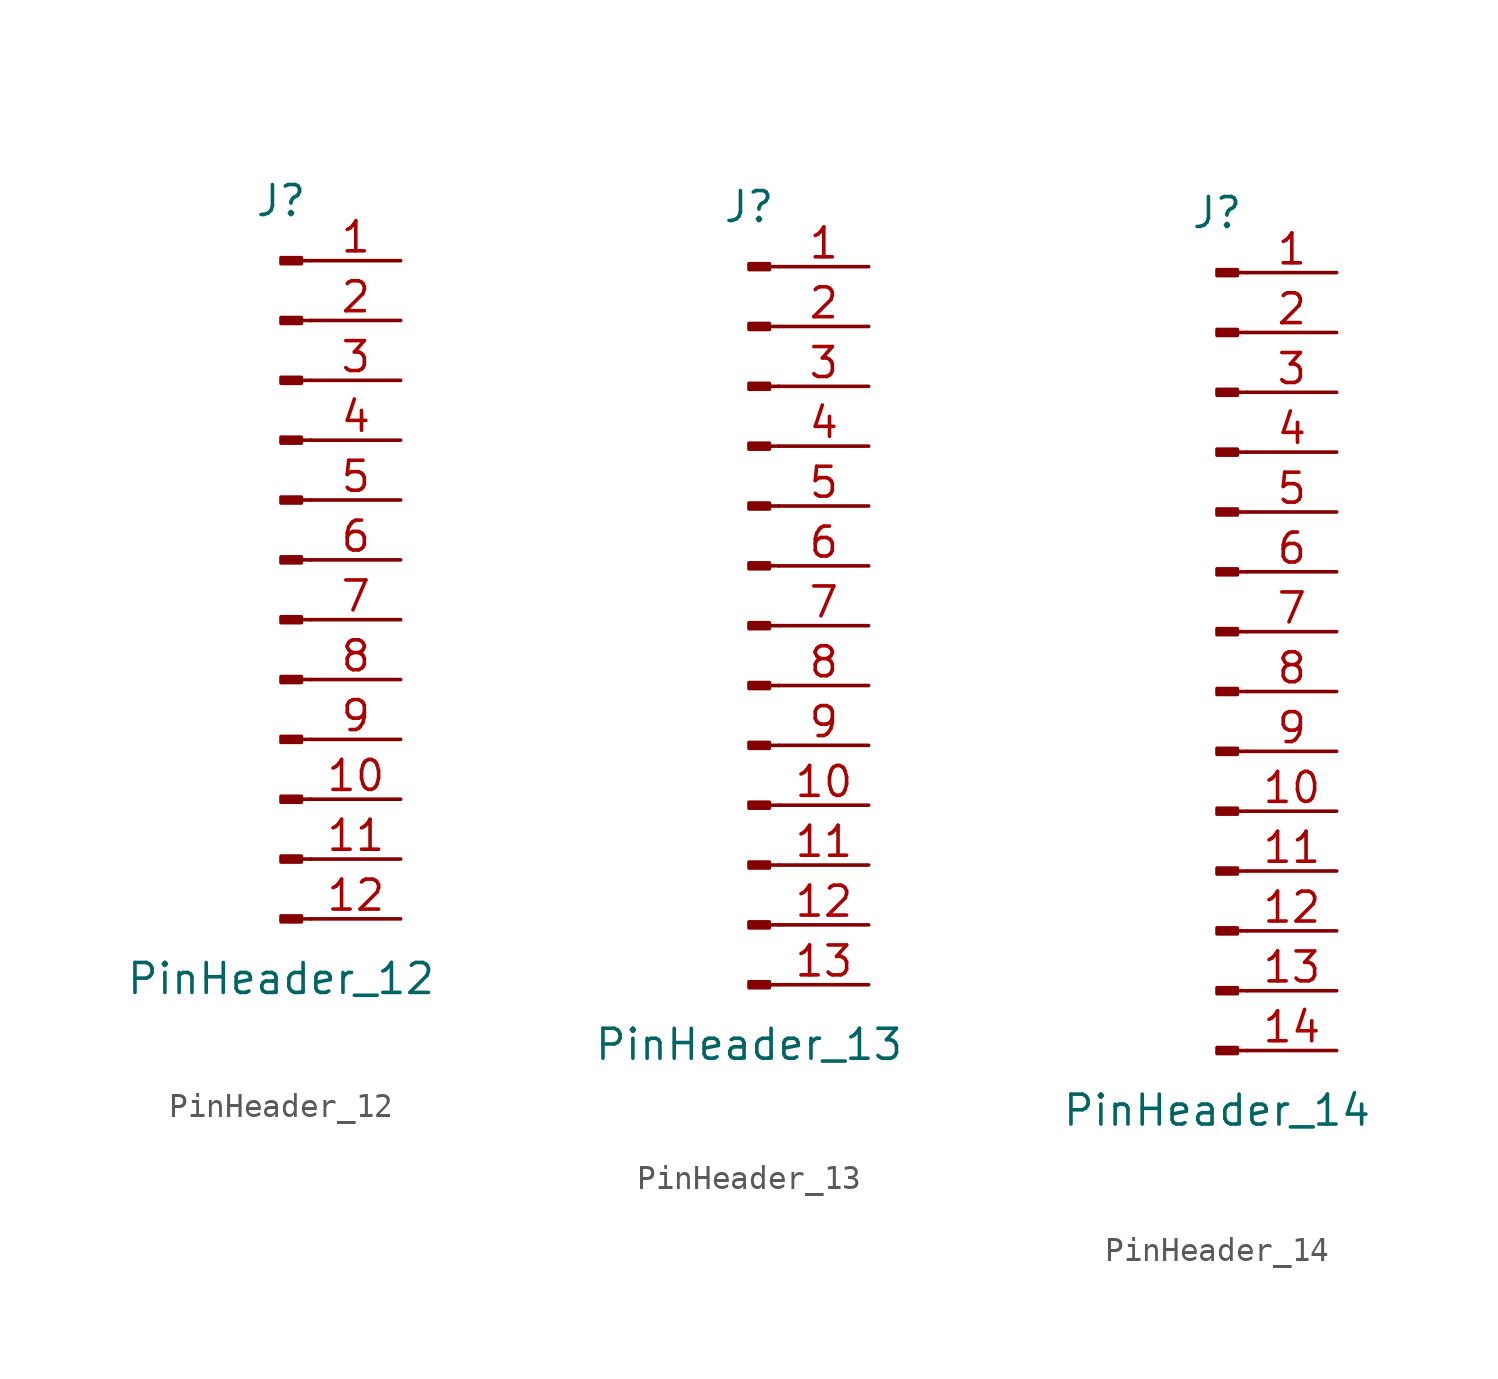
<source format=kicad_sym>
(kicad_symbol_lib
  (version 20220914)
  (generator kicad_symbol_editor)
  (symbol "PinHeader_12"
    (pin_names
      (offset 1.016) hide)
    (property "Reference" "J"
      (at 0 15.24 0)
      (effects (font (size 1.27 1.27))))
    (property "Value" "PinHeader_12"
      (at 0 -17.78 0)
      (effects (font (size 1.27 1.27))))
    (symbol "PinHeader_12_1_1"
      (polyline (pts (xy 1.27 -15.24) (xy 0.864 -15.24)) (stroke (width 0.152) (type default)) (fill (type none)))
      (polyline (pts (xy 1.27 -12.7) (xy 0.864 -12.7)) (stroke (width 0.152) (type default)) (fill (type none)))
      (polyline (pts (xy 1.27 -10.16) (xy 0.864 -10.16)) (stroke (width 0.152) (type default)) (fill (type none)))
      (polyline (pts (xy 1.27 -7.62) (xy 0.864 -7.62)) (stroke (width 0.152) (type default)) (fill (type none)))
      (polyline (pts (xy 1.27 -5.08) (xy 0.864 -5.08)) (stroke (width 0.152) (type default)) (fill (type none)))
      (polyline (pts (xy 1.27 -2.54) (xy 0.864 -2.54)) (stroke (width 0.152) (type default)) (fill (type none)))
      (polyline (pts (xy 1.27 0) (xy 0.864 0)) (stroke (width 0.152) (type default)) (fill (type none)))
      (polyline (pts (xy 1.27 2.54) (xy 0.864 2.54)) (stroke (width 0.152) (type default)) (fill (type none)))
      (polyline (pts (xy 1.27 5.08) (xy 0.864 5.08)) (stroke (width 0.152) (type default)) (fill (type none)))
      (polyline (pts (xy 1.27 7.62) (xy 0.864 7.62)) (stroke (width 0.152) (type default)) (fill (type none)))
      (polyline (pts (xy 1.27 10.16) (xy 0.864 10.16)) (stroke (width 0.152) (type default)) (fill (type none)))
      (polyline (pts (xy 1.27 12.7) (xy 0.864 12.7)) (stroke (width 0.152) (type default)) (fill (type none)))
      (rectangle (start 0.864 -15.113) (end 0 -15.367) (stroke (width 0.152) (type default)) (fill (type outline)))
      (rectangle (start 0.864 -12.573) (end 0 -12.827) (stroke (width 0.152) (type default)) (fill (type outline)))
      (rectangle (start 0.864 -10.033) (end 0 -10.287) (stroke (width 0.152) (type default)) (fill (type outline)))
      (rectangle (start 0.864 -7.493) (end 0 -7.747) (stroke (width 0.152) (type default)) (fill (type outline)))
      (rectangle (start 0.864 -4.953) (end 0 -5.207) (stroke (width 0.152) (type default)) (fill (type outline)))
      (rectangle (start 0.864 -2.413) (end 0 -2.667) (stroke (width 0.152) (type default)) (fill (type outline)))
      (rectangle (start 0.864 0.127) (end 0 -0.127) (stroke (width 0.152) (type default)) (fill (type outline)))
      (rectangle (start 0.864 2.667) (end 0 2.413) (stroke (width 0.152) (type default)) (fill (type outline)))
      (rectangle (start 0.864 5.207) (end 0 4.953) (stroke (width 0.152) (type default)) (fill (type outline)))
      (rectangle (start 0.864 7.747) (end 0 7.493) (stroke (width 0.152) (type default)) (fill (type outline)))
      (rectangle (start 0.864 10.287) (end 0 10.033) (stroke (width 0.152) (type default)) (fill (type outline)))
      (rectangle (start 0.864 12.827) (end 0 12.573) (stroke (width 0.152) (type default)) (fill (type outline)))
      (pin passive line (at 5.08 12.7 180) (length 3.81) (name "Pin_1" (effects (font (size 1.27 1.27)))) (number "1" (effects (font (size 1.27 1.27)))))
      (pin passive line (at 5.08 -10.16 180) (length 3.81) (name "Pin_10" (effects (font (size 1.27 1.27)))) (number "10" (effects (font (size 1.27 1.27)))))
      (pin passive line (at 5.08 -12.7 180) (length 3.81) (name "Pin_11" (effects (font (size 1.27 1.27)))) (number "11" (effects (font (size 1.27 1.27)))))
      (pin passive line (at 5.08 -15.24 180) (length 3.81) (name "Pin_12" (effects (font (size 1.27 1.27)))) (number "12" (effects (font (size 1.27 1.27)))))
      (pin passive line (at 5.08 10.16 180) (length 3.81) (name "Pin_2" (effects (font (size 1.27 1.27)))) (number "2" (effects (font (size 1.27 1.27)))))
      (pin passive line (at 5.08 7.62 180) (length 3.81) (name "Pin_3" (effects (font (size 1.27 1.27)))) (number "3" (effects (font (size 1.27 1.27)))))
      (pin passive line (at 5.08 5.08 180) (length 3.81) (name "Pin_4" (effects (font (size 1.27 1.27)))) (number "4" (effects (font (size 1.27 1.27)))))
      (pin passive line (at 5.08 2.54 180) (length 3.81) (name "Pin_5" (effects (font (size 1.27 1.27)))) (number "5" (effects (font (size 1.27 1.27)))))
      (pin passive line (at 5.08 0 180) (length 3.81) (name "Pin_6" (effects (font (size 1.27 1.27)))) (number "6" (effects (font (size 1.27 1.27)))))
      (pin passive line (at 5.08 -2.54 180) (length 3.81) (name "Pin_7" (effects (font (size 1.27 1.27)))) (number "7" (effects (font (size 1.27 1.27)))))
      (pin passive line (at 5.08 -5.08 180) (length 3.81) (name "Pin_8" (effects (font (size 1.27 1.27)))) (number "8" (effects (font (size 1.27 1.27)))))
      (pin passive line (at 5.08 -7.62 180) (length 3.81) (name "Pin_9" (effects (font (size 1.27 1.27)))) (number "9" (effects (font (size 1.27 1.27)))))))
  (symbol "PinHeader_13"
    (pin_names
      (offset 1.016) hide)
    (property "Reference" "J"
      (at 0 17.78 0)
      (effects (font (size 1.27 1.27))))
    (property "Value" "PinHeader_13"
      (at 0 -17.78 0)
      (effects (font (size 1.27 1.27))))
    (symbol "PinHeader_13_1_1"
      (polyline (pts (xy 1.27 -15.24) (xy 0.864 -15.24)) (stroke (width 0.152) (type default)) (fill (type none)))
      (polyline (pts (xy 1.27 -12.7) (xy 0.864 -12.7)) (stroke (width 0.152) (type default)) (fill (type none)))
      (polyline (pts (xy 1.27 -10.16) (xy 0.864 -10.16)) (stroke (width 0.152) (type default)) (fill (type none)))
      (polyline (pts (xy 1.27 -7.62) (xy 0.864 -7.62)) (stroke (width 0.152) (type default)) (fill (type none)))
      (polyline (pts (xy 1.27 -5.08) (xy 0.864 -5.08)) (stroke (width 0.152) (type default)) (fill (type none)))
      (polyline (pts (xy 1.27 -2.54) (xy 0.864 -2.54)) (stroke (width 0.152) (type default)) (fill (type none)))
      (polyline (pts (xy 1.27 0) (xy 0.864 0)) (stroke (width 0.152) (type default)) (fill (type none)))
      (polyline (pts (xy 1.27 2.54) (xy 0.864 2.54)) (stroke (width 0.152) (type default)) (fill (type none)))
      (polyline (pts (xy 1.27 5.08) (xy 0.864 5.08)) (stroke (width 0.152) (type default)) (fill (type none)))
      (polyline (pts (xy 1.27 7.62) (xy 0.864 7.62)) (stroke (width 0.152) (type default)) (fill (type none)))
      (polyline (pts (xy 1.27 10.16) (xy 0.864 10.16)) (stroke (width 0.152) (type default)) (fill (type none)))
      (polyline (pts (xy 1.27 12.7) (xy 0.864 12.7)) (stroke (width 0.152) (type default)) (fill (type none)))
      (polyline (pts (xy 1.27 15.24) (xy 0.864 15.24)) (stroke (width 0.152) (type default)) (fill (type none)))
      (rectangle (start 0.864 -15.113) (end 0 -15.367) (stroke (width 0.152) (type default)) (fill (type outline)))
      (rectangle (start 0.864 -12.573) (end 0 -12.827) (stroke (width 0.152) (type default)) (fill (type outline)))
      (rectangle (start 0.864 -10.033) (end 0 -10.287) (stroke (width 0.152) (type default)) (fill (type outline)))
      (rectangle (start 0.864 -7.493) (end 0 -7.747) (stroke (width 0.152) (type default)) (fill (type outline)))
      (rectangle (start 0.864 -4.953) (end 0 -5.207) (stroke (width 0.152) (type default)) (fill (type outline)))
      (rectangle (start 0.864 -2.413) (end 0 -2.667) (stroke (width 0.152) (type default)) (fill (type outline)))
      (rectangle (start 0.864 0.127) (end 0 -0.127) (stroke (width 0.152) (type default)) (fill (type outline)))
      (rectangle (start 0.864 2.667) (end 0 2.413) (stroke (width 0.152) (type default)) (fill (type outline)))
      (rectangle (start 0.864 5.207) (end 0 4.953) (stroke (width 0.152) (type default)) (fill (type outline)))
      (rectangle (start 0.864 7.747) (end 0 7.493) (stroke (width 0.152) (type default)) (fill (type outline)))
      (rectangle (start 0.864 10.287) (end 0 10.033) (stroke (width 0.152) (type default)) (fill (type outline)))
      (rectangle (start 0.864 12.827) (end 0 12.573) (stroke (width 0.152) (type default)) (fill (type outline)))
      (rectangle (start 0.864 15.367) (end 0 15.113) (stroke (width 0.152) (type default)) (fill (type outline)))
      (pin passive line (at 5.08 15.24 180) (length 3.81) (name "Pin_1" (effects (font (size 1.27 1.27)))) (number "1" (effects (font (size 1.27 1.27)))))
      (pin passive line (at 5.08 -7.62 180) (length 3.81) (name "Pin_10" (effects (font (size 1.27 1.27)))) (number "10" (effects (font (size 1.27 1.27)))))
      (pin passive line (at 5.08 -10.16 180) (length 3.81) (name "Pin_11" (effects (font (size 1.27 1.27)))) (number "11" (effects (font (size 1.27 1.27)))))
      (pin passive line (at 5.08 -12.7 180) (length 3.81) (name "Pin_12" (effects (font (size 1.27 1.27)))) (number "12" (effects (font (size 1.27 1.27)))))
      (pin passive line (at 5.08 -15.24 180) (length 3.81) (name "Pin_13" (effects (font (size 1.27 1.27)))) (number "13" (effects (font (size 1.27 1.27)))))
      (pin passive line (at 5.08 12.7 180) (length 3.81) (name "Pin_2" (effects (font (size 1.27 1.27)))) (number "2" (effects (font (size 1.27 1.27)))))
      (pin passive line (at 5.08 10.16 180) (length 3.81) (name "Pin_3" (effects (font (size 1.27 1.27)))) (number "3" (effects (font (size 1.27 1.27)))))
      (pin passive line (at 5.08 7.62 180) (length 3.81) (name "Pin_4" (effects (font (size 1.27 1.27)))) (number "4" (effects (font (size 1.27 1.27)))))
      (pin passive line (at 5.08 5.08 180) (length 3.81) (name "Pin_5" (effects (font (size 1.27 1.27)))) (number "5" (effects (font (size 1.27 1.27)))))
      (pin passive line (at 5.08 2.54 180) (length 3.81) (name "Pin_6" (effects (font (size 1.27 1.27)))) (number "6" (effects (font (size 1.27 1.27)))))
      (pin passive line (at 5.08 0 180) (length 3.81) (name "Pin_7" (effects (font (size 1.27 1.27)))) (number "7" (effects (font (size 1.27 1.27)))))
      (pin passive line (at 5.08 -2.54 180) (length 3.81) (name "Pin_8" (effects (font (size 1.27 1.27)))) (number "8" (effects (font (size 1.27 1.27)))))
      (pin passive line (at 5.08 -5.08 180) (length 3.81) (name "Pin_9" (effects (font (size 1.27 1.27)))) (number "9" (effects (font (size 1.27 1.27)))))))
  (symbol "PinHeader_14"
    (pin_names
      (offset 1.016) hide)
    (property "Reference" "J"
      (at 0 17.78 0)
      (effects (font (size 1.27 1.27))))
    (property "Value" "PinHeader_14"
      (at 0 -20.32 0)
      (effects (font (size 1.27 1.27))))
    (symbol "PinHeader_14_1_1"
      (polyline (pts (xy 1.27 -17.78) (xy 0.864 -17.78)) (stroke (width 0.152) (type default)) (fill (type none)))
      (polyline (pts (xy 1.27 -15.24) (xy 0.864 -15.24)) (stroke (width 0.152) (type default)) (fill (type none)))
      (polyline (pts (xy 1.27 -12.7) (xy 0.864 -12.7)) (stroke (width 0.152) (type default)) (fill (type none)))
      (polyline (pts (xy 1.27 -10.16) (xy 0.864 -10.16)) (stroke (width 0.152) (type default)) (fill (type none)))
      (polyline (pts (xy 1.27 -7.62) (xy 0.864 -7.62)) (stroke (width 0.152) (type default)) (fill (type none)))
      (polyline (pts (xy 1.27 -5.08) (xy 0.864 -5.08)) (stroke (width 0.152) (type default)) (fill (type none)))
      (polyline (pts (xy 1.27 -2.54) (xy 0.864 -2.54)) (stroke (width 0.152) (type default)) (fill (type none)))
      (polyline (pts (xy 1.27 0) (xy 0.864 0)) (stroke (width 0.152) (type default)) (fill (type none)))
      (polyline (pts (xy 1.27 2.54) (xy 0.864 2.54)) (stroke (width 0.152) (type default)) (fill (type none)))
      (polyline (pts (xy 1.27 5.08) (xy 0.864 5.08)) (stroke (width 0.152) (type default)) (fill (type none)))
      (polyline (pts (xy 1.27 7.62) (xy 0.864 7.62)) (stroke (width 0.152) (type default)) (fill (type none)))
      (polyline (pts (xy 1.27 10.16) (xy 0.864 10.16)) (stroke (width 0.152) (type default)) (fill (type none)))
      (polyline (pts (xy 1.27 12.7) (xy 0.864 12.7)) (stroke (width 0.152) (type default)) (fill (type none)))
      (polyline (pts (xy 1.27 15.24) (xy 0.864 15.24)) (stroke (width 0.152) (type default)) (fill (type none)))
      (rectangle (start 0.864 -17.653) (end 0 -17.907) (stroke (width 0.152) (type default)) (fill (type outline)))
      (rectangle (start 0.864 -15.113) (end 0 -15.367) (stroke (width 0.152) (type default)) (fill (type outline)))
      (rectangle (start 0.864 -12.573) (end 0 -12.827) (stroke (width 0.152) (type default)) (fill (type outline)))
      (rectangle (start 0.864 -10.033) (end 0 -10.287) (stroke (width 0.152) (type default)) (fill (type outline)))
      (rectangle (start 0.864 -7.493) (end 0 -7.747) (stroke (width 0.152) (type default)) (fill (type outline)))
      (rectangle (start 0.864 -4.953) (end 0 -5.207) (stroke (width 0.152) (type default)) (fill (type outline)))
      (rectangle (start 0.864 -2.413) (end 0 -2.667) (stroke (width 0.152) (type default)) (fill (type outline)))
      (rectangle (start 0.864 0.127) (end 0 -0.127) (stroke (width 0.152) (type default)) (fill (type outline)))
      (rectangle (start 0.864 2.667) (end 0 2.413) (stroke (width 0.152) (type default)) (fill (type outline)))
      (rectangle (start 0.864 5.207) (end 0 4.953) (stroke (width 0.152) (type default)) (fill (type outline)))
      (rectangle (start 0.864 7.747) (end 0 7.493) (stroke (width 0.152) (type default)) (fill (type outline)))
      (rectangle (start 0.864 10.287) (end 0 10.033) (stroke (width 0.152) (type default)) (fill (type outline)))
      (rectangle (start 0.864 12.827) (end 0 12.573) (stroke (width 0.152) (type default)) (fill (type outline)))
      (rectangle (start 0.864 15.367) (end 0 15.113) (stroke (width 0.152) (type default)) (fill (type outline)))
      (pin passive line (at 5.08 15.24 180) (length 3.81) (name "Pin_1" (effects (font (size 1.27 1.27)))) (number "1" (effects (font (size 1.27 1.27)))))
      (pin passive line (at 5.08 -7.62 180) (length 3.81) (name "Pin_10" (effects (font (size 1.27 1.27)))) (number "10" (effects (font (size 1.27 1.27)))))
      (pin passive line (at 5.08 -10.16 180) (length 3.81) (name "Pin_11" (effects (font (size 1.27 1.27)))) (number "11" (effects (font (size 1.27 1.27)))))
      (pin passive line (at 5.08 -12.7 180) (length 3.81) (name "Pin_12" (effects (font (size 1.27 1.27)))) (number "12" (effects (font (size 1.27 1.27)))))
      (pin passive line (at 5.08 -15.24 180) (length 3.81) (name "Pin_13" (effects (font (size 1.27 1.27)))) (number "13" (effects (font (size 1.27 1.27)))))
      (pin passive line (at 5.08 -17.78 180) (length 3.81) (name "Pin_14" (effects (font (size 1.27 1.27)))) (number "14" (effects (font (size 1.27 1.27)))))
      (pin passive line (at 5.08 12.7 180) (length 3.81) (name "Pin_2" (effects (font (size 1.27 1.27)))) (number "2" (effects (font (size 1.27 1.27)))))
      (pin passive line (at 5.08 10.16 180) (length 3.81) (name "Pin_3" (effects (font (size 1.27 1.27)))) (number "3" (effects (font (size 1.27 1.27)))))
      (pin passive line (at 5.08 7.62 180) (length 3.81) (name "Pin_4" (effects (font (size 1.27 1.27)))) (number "4" (effects (font (size 1.27 1.27)))))
      (pin passive line (at 5.08 5.08 180) (length 3.81) (name "Pin_5" (effects (font (size 1.27 1.27)))) (number "5" (effects (font (size 1.27 1.27)))))
      (pin passive line (at 5.08 2.54 180) (length 3.81) (name "Pin_6" (effects (font (size 1.27 1.27)))) (number "6" (effects (font (size 1.27 1.27)))))
      (pin passive line (at 5.08 0 180) (length 3.81) (name "Pin_7" (effects (font (size 1.27 1.27)))) (number "7" (effects (font (size 1.27 1.27)))))
      (pin passive line (at 5.08 -2.54 180) (length 3.81) (name "Pin_8" (effects (font (size 1.27 1.27)))) (number "8" (effects (font (size 1.27 1.27)))))
      (pin passive line (at 5.08 -5.08 180) (length 3.81) (name "Pin_9" (effects (font (size 1.27 1.27)))) (number "9" (effects (font (size 1.27 1.27))))))))
</source>
